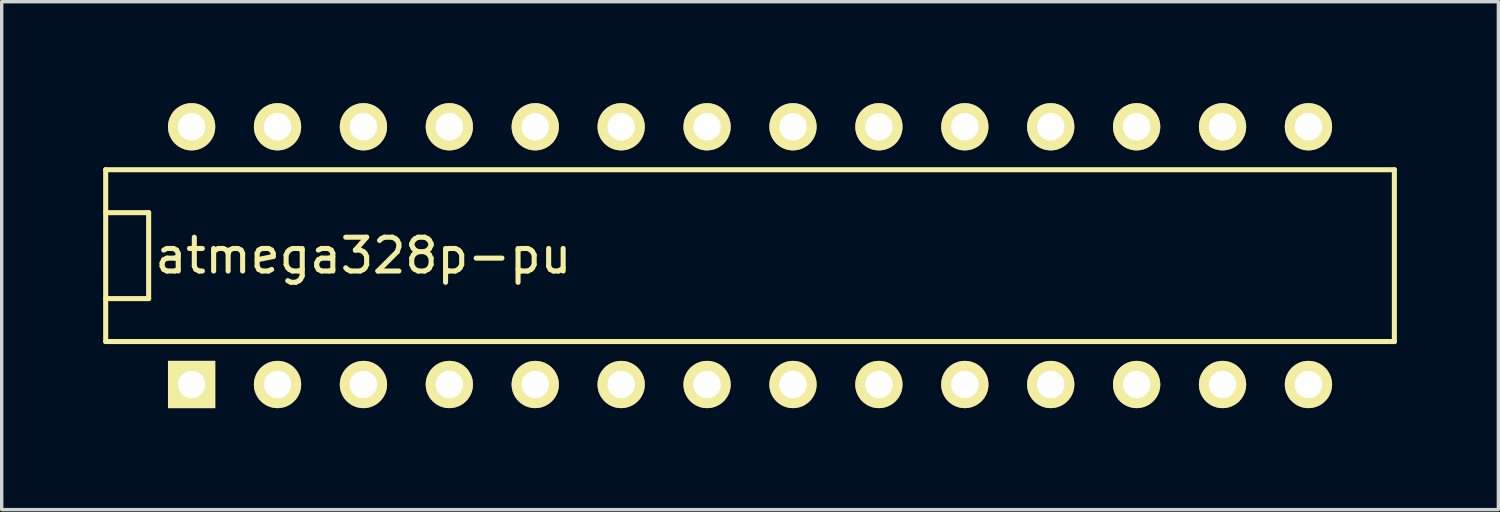
<source format=kicad_pcb>
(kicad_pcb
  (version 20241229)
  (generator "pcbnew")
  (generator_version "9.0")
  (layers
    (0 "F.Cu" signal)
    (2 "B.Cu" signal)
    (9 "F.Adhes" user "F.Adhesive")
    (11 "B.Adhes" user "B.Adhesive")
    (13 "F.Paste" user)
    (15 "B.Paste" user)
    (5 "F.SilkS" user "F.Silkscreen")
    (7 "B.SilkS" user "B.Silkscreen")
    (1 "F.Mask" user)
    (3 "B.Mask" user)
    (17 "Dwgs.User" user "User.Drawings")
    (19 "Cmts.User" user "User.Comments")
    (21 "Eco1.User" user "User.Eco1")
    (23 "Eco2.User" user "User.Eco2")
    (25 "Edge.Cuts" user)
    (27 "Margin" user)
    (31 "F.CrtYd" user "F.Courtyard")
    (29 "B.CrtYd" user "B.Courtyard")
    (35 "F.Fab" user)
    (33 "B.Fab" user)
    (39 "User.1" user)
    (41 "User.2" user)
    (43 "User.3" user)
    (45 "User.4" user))
  (footprint "atmega328p-pu"
    (layer "F.Cu")
    (at 19.125 4.508)
    (property "Reference" "atmega328p-pu" (at -11.43 0 0) (layer "F.SilkS") (effects (font (size 1 1) (thickness 0.15))))
    (attr through_hole)
    (fp_line (start -19.05 -2.54) (end 19.05 -2.54) (stroke (width 0.15) (type solid)) (layer "F.SilkS"))
    (fp_line (start -19.05 -1.27) (end -17.78 -1.27) (stroke (width 0.15) (type solid)) (layer "F.SilkS"))
    (fp_line (start -19.05 2.54) (end -19.05 -2.54) (stroke (width 0.15) (type solid)) (layer "F.SilkS"))
    (fp_line (start -17.78 -1.27) (end -17.78 1.27) (stroke (width 0.15) (type solid)) (layer "F.SilkS"))
    (fp_line (start -17.78 1.27) (end -19.05 1.27) (stroke (width 0.15) (type solid)) (layer "F.SilkS"))
    (fp_line (start 19.05 -2.54) (end 19.05 2.54) (stroke (width 0.15) (type solid)) (layer "F.SilkS"))
    (fp_line (start 19.05 2.54) (end -19.05 2.54) (stroke (width 0.15) (type solid)) (layer "F.SilkS"))
    (pad "1" thru_hole rect (at -16.51 3.81) (size 1.397 1.397) (drill 0.813) (layers "*.Cu" "*.Mask" "F.SilkS"))
    (pad "2" thru_hole circle (at -13.97 3.81) (size 1.397 1.397) (drill 0.813) (layers "*.Cu" "*.Mask" "F.SilkS"))
    (pad "3" thru_hole circle (at -11.43 3.81) (size 1.397 1.397) (drill 0.813) (layers "*.Cu" "*.Mask" "F.SilkS"))
    (pad "4" thru_hole circle (at -8.89 3.81) (size 1.397 1.397) (drill 0.813) (layers "*.Cu" "*.Mask" "F.SilkS"))
    (pad "5" thru_hole circle (at -6.35 3.81) (size 1.397 1.397) (drill 0.813) (layers "*.Cu" "*.Mask" "F.SilkS"))
    (pad "6" thru_hole circle (at -3.81 3.81) (size 1.397 1.397) (drill 0.813) (layers "*.Cu" "*.Mask" "F.SilkS"))
    (pad "7" thru_hole circle (at -1.27 3.81) (size 1.397 1.397) (drill 0.813) (layers "*.Cu" "*.Mask" "F.SilkS"))
    (pad "8" thru_hole circle (at 1.27 3.81) (size 1.397 1.397) (drill 0.813) (layers "*.Cu" "*.Mask" "F.SilkS"))
    (pad "9" thru_hole circle (at 3.81 3.81) (size 1.397 1.397) (drill 0.813) (layers "*.Cu" "*.Mask" "F.SilkS"))
    (pad "10" thru_hole circle (at 6.35 3.81) (size 1.397 1.397) (drill 0.813) (layers "*.Cu" "*.Mask" "F.SilkS"))
    (pad "11" thru_hole circle (at 8.89 3.81) (size 1.397 1.397) (drill 0.813) (layers "*.Cu" "*.Mask" "F.SilkS"))
    (pad "12" thru_hole circle (at 11.43 3.81) (size 1.397 1.397) (drill 0.813) (layers "*.Cu" "*.Mask" "F.SilkS"))
    (pad "13" thru_hole circle (at 13.97 3.81) (size 1.397 1.397) (drill 0.813) (layers "*.Cu" "*.Mask" "F.SilkS"))
    (pad "14" thru_hole circle (at 16.51 3.81) (size 1.397 1.397) (drill 0.813) (layers "*.Cu" "*.Mask" "F.SilkS"))
    (pad "15" thru_hole circle (at 16.51 -3.81) (size 1.397 1.397) (drill 0.813) (layers "*.Cu" "*.Mask" "F.SilkS"))
    (pad "16" thru_hole circle (at 13.97 -3.81) (size 1.397 1.397) (drill 0.813) (layers "*.Cu" "*.Mask" "F.SilkS"))
    (pad "17" thru_hole circle (at 11.43 -3.81) (size 1.397 1.397) (drill 0.813) (layers "*.Cu" "*.Mask" "F.SilkS"))
    (pad "18" thru_hole circle (at 8.89 -3.81) (size 1.397 1.397) (drill 0.813) (layers "*.Cu" "*.Mask" "F.SilkS"))
    (pad "19" thru_hole circle (at 6.35 -3.81) (size 1.397 1.397) (drill 0.813) (layers "*.Cu" "*.Mask" "F.SilkS"))
    (pad "20" thru_hole circle (at 3.81 -3.81) (size 1.397 1.397) (drill 0.813) (layers "*.Cu" "*.Mask" "F.SilkS"))
    (pad "21" thru_hole circle (at 1.27 -3.81) (size 1.397 1.397) (drill 0.813) (layers "*.Cu" "*.Mask" "F.SilkS"))
    (pad "22" thru_hole circle (at -1.27 -3.81) (size 1.397 1.397) (drill 0.813) (layers "*.Cu" "*.Mask" "F.SilkS"))
    (pad "23" thru_hole circle (at -3.81 -3.81) (size 1.397 1.397) (drill 0.813) (layers "*.Cu" "*.Mask" "F.SilkS"))
    (pad "24" thru_hole circle (at -6.35 -3.81) (size 1.397 1.397) (drill 0.813) (layers "*.Cu" "*.Mask" "F.SilkS"))
    (pad "25" thru_hole circle (at -8.89 -3.81) (size 1.397 1.397) (drill 0.813) (layers "*.Cu" "*.Mask" "F.SilkS"))
    (pad "26" thru_hole circle (at -11.43 -3.81) (size 1.397 1.397) (drill 0.813) (layers "*.Cu" "*.Mask" "F.SilkS"))
    (pad "27" thru_hole circle (at -13.97 -3.81) (size 1.397 1.397) (drill 0.813) (layers "*.Cu" "*.Mask" "F.SilkS"))
    (pad "28" thru_hole circle (at -16.51 -3.81) (size 1.397 1.397) (drill 0.813) (layers "*.Cu" "*.Mask" "F.SilkS")))
  (gr_rect
    (start -3 -3)
    (end 41.25 12.017)
    (stroke (width 0.1) (type default))
    (fill no)
    (layer "Edge.Cuts")))
</source>
